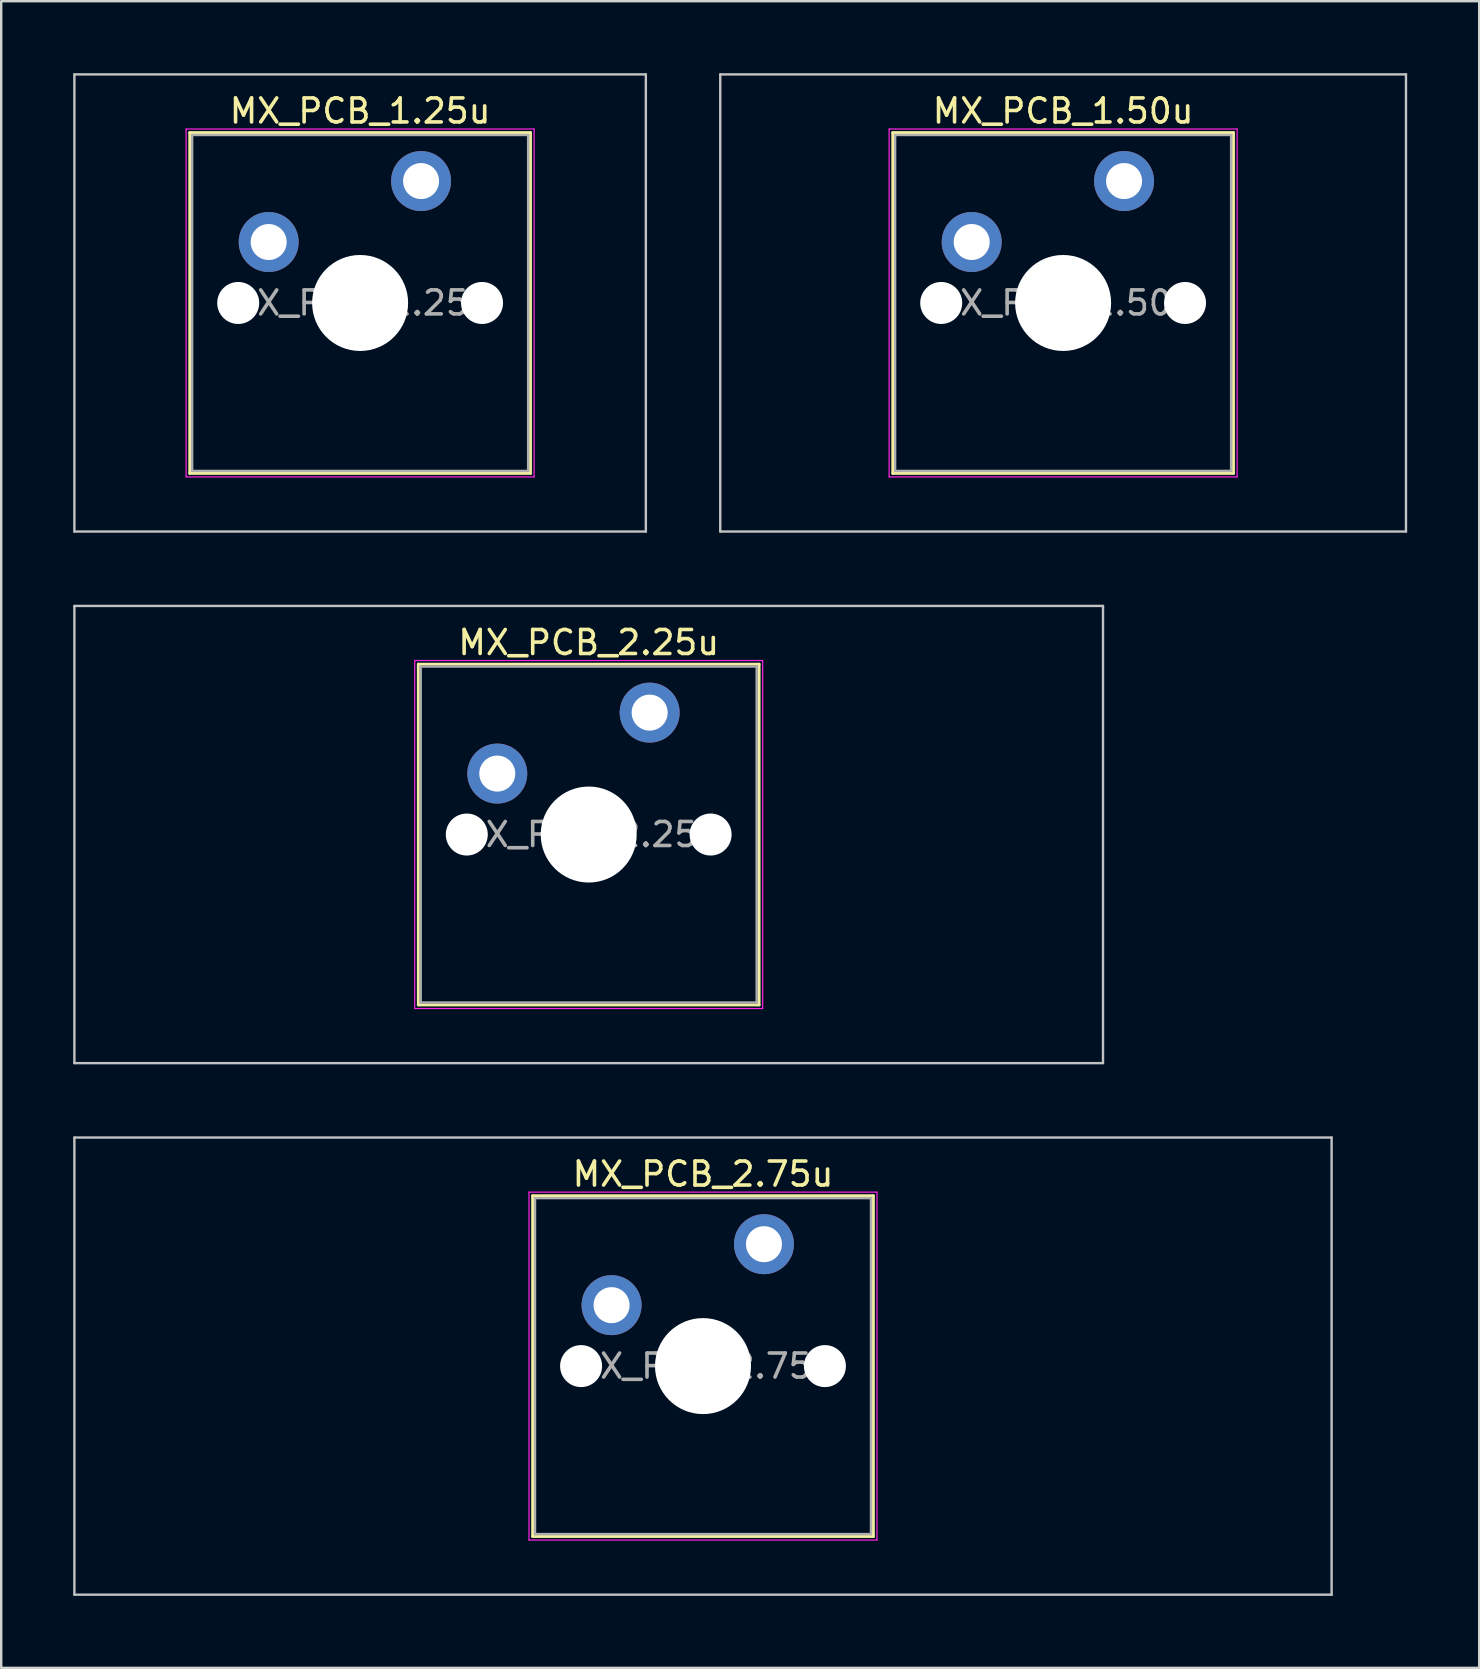
<source format=kicad_pcb>
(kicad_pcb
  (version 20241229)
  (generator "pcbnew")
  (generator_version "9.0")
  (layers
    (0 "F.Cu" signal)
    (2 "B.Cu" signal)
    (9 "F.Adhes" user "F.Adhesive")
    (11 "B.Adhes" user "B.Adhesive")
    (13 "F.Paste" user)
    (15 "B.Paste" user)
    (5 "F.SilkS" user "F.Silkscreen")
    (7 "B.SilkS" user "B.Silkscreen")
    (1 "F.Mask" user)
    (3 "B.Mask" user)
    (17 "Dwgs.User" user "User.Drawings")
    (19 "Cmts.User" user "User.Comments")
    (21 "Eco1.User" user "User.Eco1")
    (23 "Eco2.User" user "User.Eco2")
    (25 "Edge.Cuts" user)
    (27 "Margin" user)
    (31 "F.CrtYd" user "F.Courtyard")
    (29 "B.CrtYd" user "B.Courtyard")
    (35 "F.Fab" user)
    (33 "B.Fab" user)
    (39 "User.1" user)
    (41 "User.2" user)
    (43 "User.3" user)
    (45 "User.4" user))
  (footprint "MX_PCB_1.25u"
    (layer "F.Cu")
    (at 11.956 9.575)
    (property "Reference" "MX_PCB_1.25u" (at 0 -8 0) (layer "F.SilkS") (effects (font (size 1 1) (thickness 0.15))))
    (attr through_hole)
    (fp_line (start -7.1 -7.1) (end -7.1 7.1) (stroke (width 0.12) (type solid)) (layer "F.SilkS"))
    (fp_line (start -7.1 7.1) (end 7.1 7.1) (stroke (width 0.12) (type solid)) (layer "F.SilkS"))
    (fp_line (start 7.1 -7.1) (end -7.1 -7.1) (stroke (width 0.12) (type solid)) (layer "F.SilkS"))
    (fp_line (start 7.1 7.1) (end 7.1 -7.1) (stroke (width 0.12) (type solid)) (layer "F.SilkS"))
    (fp_line (start -11.906 -9.525) (end -11.906 9.525) (stroke (width 0.1) (type solid)) (layer "Dwgs.User"))
    (fp_line (start -11.906 9.525) (end 11.906 9.525) (stroke (width 0.1) (type solid)) (layer "Dwgs.User"))
    (fp_line (start 11.906 -9.525) (end -11.906 -9.525) (stroke (width 0.1) (type solid)) (layer "Dwgs.User"))
    (fp_line (start 11.906 9.525) (end 11.906 -9.525) (stroke (width 0.1) (type solid)) (layer "Dwgs.User"))
    (fp_line (start -7 -7) (end -7 7) (stroke (width 0.1) (type solid)) (layer "Eco1.User"))
    (fp_line (start -7 7) (end 7 7) (stroke (width 0.1) (type solid)) (layer "Eco1.User"))
    (fp_line (start 7 -7) (end -7 -7) (stroke (width 0.1) (type solid)) (layer "Eco1.User"))
    (fp_line (start 7 7) (end 7 -7) (stroke (width 0.1) (type solid)) (layer "Eco1.User"))
    (fp_line (start -7.25 -7.25) (end -7.25 7.25) (stroke (width 0.05) (type solid)) (layer "F.CrtYd"))
    (fp_line (start -7.25 7.25) (end 7.25 7.25) (stroke (width 0.05) (type solid)) (layer "F.CrtYd"))
    (fp_line (start 7.25 -7.25) (end -7.25 -7.25) (stroke (width 0.05) (type solid)) (layer "F.CrtYd"))
    (fp_line (start 7.25 7.25) (end 7.25 -7.25) (stroke (width 0.05) (type solid)) (layer "F.CrtYd"))
    (fp_line (start -7 -7) (end -7 7) (stroke (width 0.1) (type solid)) (layer "F.Fab"))
    (fp_line (start -7 7) (end 7 7) (stroke (width 0.1) (type solid)) (layer "F.Fab"))
    (fp_line (start 7 -7) (end -7 -7) (stroke (width 0.1) (type solid)) (layer "F.Fab"))
    (fp_line (start 7 7) (end 7 -7) (stroke (width 0.1) (type solid)) (layer "F.Fab"))
    (fp_text user "${REFERENCE}" (at 0 0 0) (layer "F.Fab") (effects (font (size 1 1) (thickness 0.15))))
    (pad "" np_thru_hole circle (at -5.08 0) (size 1.75 1.75) (drill 1.75) (layers "*.Cu" "*.Mask"))
    (pad "" np_thru_hole circle (at 0 0) (size 4 4) (drill 4) (layers "*.Cu" "*.Mask"))
    (pad "" np_thru_hole circle (at 5.08 0) (size 1.75 1.75) (drill 1.75) (layers "*.Cu" "*.Mask"))
    (pad "1" thru_hole circle (at -3.81 -2.54) (size 2.5 2.5) (drill 1.5) (layers "*.Cu" "*.Mask"))
    (pad "2" thru_hole circle (at 2.54 -5.08) (size 2.5 2.5) (drill 1.5) (layers "*.Cu" "*.Mask")))
  (footprint "MX_PCB_2.75u"
    (layer "F.Cu")
    (at 26.244 53.875)
    (property "Reference" "MX_PCB_2.75u" (at 0 -8 0) (layer "F.SilkS") (effects (font (size 1 1) (thickness 0.15))))
    (attr through_hole)
    (fp_line (start -7.1 -7.1) (end -7.1 7.1) (stroke (width 0.12) (type solid)) (layer "F.SilkS"))
    (fp_line (start -7.1 7.1) (end 7.1 7.1) (stroke (width 0.12) (type solid)) (layer "F.SilkS"))
    (fp_line (start 7.1 -7.1) (end -7.1 -7.1) (stroke (width 0.12) (type solid)) (layer "F.SilkS"))
    (fp_line (start 7.1 7.1) (end 7.1 -7.1) (stroke (width 0.12) (type solid)) (layer "F.SilkS"))
    (fp_line (start -26.194 -9.525) (end -26.194 9.525) (stroke (width 0.1) (type solid)) (layer "Dwgs.User"))
    (fp_line (start -26.194 9.525) (end 26.194 9.525) (stroke (width 0.1) (type solid)) (layer "Dwgs.User"))
    (fp_line (start 26.194 -9.525) (end -26.194 -9.525) (stroke (width 0.1) (type solid)) (layer "Dwgs.User"))
    (fp_line (start 26.194 9.525) (end 26.194 -9.525) (stroke (width 0.1) (type solid)) (layer "Dwgs.User"))
    (fp_line (start -7 -7) (end -7 7) (stroke (width 0.1) (type solid)) (layer "Eco1.User"))
    (fp_line (start -7 7) (end 7 7) (stroke (width 0.1) (type solid)) (layer "Eco1.User"))
    (fp_line (start 7 -7) (end -7 -7) (stroke (width 0.1) (type solid)) (layer "Eco1.User"))
    (fp_line (start 7 7) (end 7 -7) (stroke (width 0.1) (type solid)) (layer "Eco1.User"))
    (fp_line (start -7.25 -7.25) (end -7.25 7.25) (stroke (width 0.05) (type solid)) (layer "F.CrtYd"))
    (fp_line (start -7.25 7.25) (end 7.25 7.25) (stroke (width 0.05) (type solid)) (layer "F.CrtYd"))
    (fp_line (start 7.25 -7.25) (end -7.25 -7.25) (stroke (width 0.05) (type solid)) (layer "F.CrtYd"))
    (fp_line (start 7.25 7.25) (end 7.25 -7.25) (stroke (width 0.05) (type solid)) (layer "F.CrtYd"))
    (fp_line (start -7 -7) (end -7 7) (stroke (width 0.1) (type solid)) (layer "F.Fab"))
    (fp_line (start -7 7) (end 7 7) (stroke (width 0.1) (type solid)) (layer "F.Fab"))
    (fp_line (start 7 -7) (end -7 -7) (stroke (width 0.1) (type solid)) (layer "F.Fab"))
    (fp_line (start 7 7) (end 7 -7) (stroke (width 0.1) (type solid)) (layer "F.Fab"))
    (fp_text user "${REFERENCE}" (at 0 0 0) (layer "F.Fab") (effects (font (size 1 1) (thickness 0.15))))
    (pad "" np_thru_hole circle (at -5.08 0) (size 1.75 1.75) (drill 1.75) (layers "*.Cu" "*.Mask"))
    (pad "" np_thru_hole circle (at 0 0) (size 4 4) (drill 4) (layers "*.Cu" "*.Mask"))
    (pad "" np_thru_hole circle (at 5.08 0) (size 1.75 1.75) (drill 1.75) (layers "*.Cu" "*.Mask"))
    (pad "1" thru_hole circle (at -3.81 -2.54) (size 2.5 2.5) (drill 1.5) (layers "*.Cu" "*.Mask"))
    (pad "2" thru_hole circle (at 2.54 -5.08) (size 2.5 2.5) (drill 1.5) (layers "*.Cu" "*.Mask")))
  (footprint "MX_PCB_1.50u"
    (layer "F.Cu")
    (at 41.25 9.575)
    (property "Reference" "MX_PCB_1.50u" (at 0 -8 0) (layer "F.SilkS") (effects (font (size 1 1) (thickness 0.15))))
    (attr through_hole)
    (fp_line (start -7.1 -7.1) (end -7.1 7.1) (stroke (width 0.12) (type solid)) (layer "F.SilkS"))
    (fp_line (start -7.1 7.1) (end 7.1 7.1) (stroke (width 0.12) (type solid)) (layer "F.SilkS"))
    (fp_line (start 7.1 -7.1) (end -7.1 -7.1) (stroke (width 0.12) (type solid)) (layer "F.SilkS"))
    (fp_line (start 7.1 7.1) (end 7.1 -7.1) (stroke (width 0.12) (type solid)) (layer "F.SilkS"))
    (fp_line (start -14.287 -9.525) (end -14.287 9.525) (stroke (width 0.1) (type solid)) (layer "Dwgs.User"))
    (fp_line (start -14.287 9.525) (end 14.287 9.525) (stroke (width 0.1) (type solid)) (layer "Dwgs.User"))
    (fp_line (start 14.287 -9.525) (end -14.287 -9.525) (stroke (width 0.1) (type solid)) (layer "Dwgs.User"))
    (fp_line (start 14.287 9.525) (end 14.287 -9.525) (stroke (width 0.1) (type solid)) (layer "Dwgs.User"))
    (fp_line (start -7 -7) (end -7 7) (stroke (width 0.1) (type solid)) (layer "Eco1.User"))
    (fp_line (start -7 7) (end 7 7) (stroke (width 0.1) (type solid)) (layer "Eco1.User"))
    (fp_line (start 7 -7) (end -7 -7) (stroke (width 0.1) (type solid)) (layer "Eco1.User"))
    (fp_line (start 7 7) (end 7 -7) (stroke (width 0.1) (type solid)) (layer "Eco1.User"))
    (fp_line (start -7.25 -7.25) (end -7.25 7.25) (stroke (width 0.05) (type solid)) (layer "F.CrtYd"))
    (fp_line (start -7.25 7.25) (end 7.25 7.25) (stroke (width 0.05) (type solid)) (layer "F.CrtYd"))
    (fp_line (start 7.25 -7.25) (end -7.25 -7.25) (stroke (width 0.05) (type solid)) (layer "F.CrtYd"))
    (fp_line (start 7.25 7.25) (end 7.25 -7.25) (stroke (width 0.05) (type solid)) (layer "F.CrtYd"))
    (fp_line (start -7 -7) (end -7 7) (stroke (width 0.1) (type solid)) (layer "F.Fab"))
    (fp_line (start -7 7) (end 7 7) (stroke (width 0.1) (type solid)) (layer "F.Fab"))
    (fp_line (start 7 -7) (end -7 -7) (stroke (width 0.1) (type solid)) (layer "F.Fab"))
    (fp_line (start 7 7) (end 7 -7) (stroke (width 0.1) (type solid)) (layer "F.Fab"))
    (fp_text user "${REFERENCE}" (at 0 0 0) (layer "F.Fab") (effects (font (size 1 1) (thickness 0.15))))
    (pad "" np_thru_hole circle (at -5.08 0) (size 1.75 1.75) (drill 1.75) (layers "*.Cu" "*.Mask"))
    (pad "" np_thru_hole circle (at 0 0) (size 4 4) (drill 4) (layers "*.Cu" "*.Mask"))
    (pad "" np_thru_hole circle (at 5.08 0) (size 1.75 1.75) (drill 1.75) (layers "*.Cu" "*.Mask"))
    (pad "1" thru_hole circle (at -3.81 -2.54) (size 2.5 2.5) (drill 1.5) (layers "*.Cu" "*.Mask"))
    (pad "2" thru_hole circle (at 2.54 -5.08) (size 2.5 2.5) (drill 1.5) (layers "*.Cu" "*.Mask")))
  (footprint "MX_PCB_2.25u"
    (layer "F.Cu")
    (at 21.481 31.725)
    (property "Reference" "MX_PCB_2.25u" (at 0 -8 0) (layer "F.SilkS") (effects (font (size 1 1) (thickness 0.15))))
    (attr through_hole)
    (fp_line (start -7.1 -7.1) (end -7.1 7.1) (stroke (width 0.12) (type solid)) (layer "F.SilkS"))
    (fp_line (start -7.1 7.1) (end 7.1 7.1) (stroke (width 0.12) (type solid)) (layer "F.SilkS"))
    (fp_line (start 7.1 -7.1) (end -7.1 -7.1) (stroke (width 0.12) (type solid)) (layer "F.SilkS"))
    (fp_line (start 7.1 7.1) (end 7.1 -7.1) (stroke (width 0.12) (type solid)) (layer "F.SilkS"))
    (fp_line (start -21.431 -9.525) (end -21.431 9.525) (stroke (width 0.1) (type solid)) (layer "Dwgs.User"))
    (fp_line (start -21.431 9.525) (end 21.431 9.525) (stroke (width 0.1) (type solid)) (layer "Dwgs.User"))
    (fp_line (start 21.431 -9.525) (end -21.431 -9.525) (stroke (width 0.1) (type solid)) (layer "Dwgs.User"))
    (fp_line (start 21.431 9.525) (end 21.431 -9.525) (stroke (width 0.1) (type solid)) (layer "Dwgs.User"))
    (fp_line (start -7 -7) (end -7 7) (stroke (width 0.1) (type solid)) (layer "Eco1.User"))
    (fp_line (start -7 7) (end 7 7) (stroke (width 0.1) (type solid)) (layer "Eco1.User"))
    (fp_line (start 7 -7) (end -7 -7) (stroke (width 0.1) (type solid)) (layer "Eco1.User"))
    (fp_line (start 7 7) (end 7 -7) (stroke (width 0.1) (type solid)) (layer "Eco1.User"))
    (fp_line (start -7.25 -7.25) (end -7.25 7.25) (stroke (width 0.05) (type solid)) (layer "F.CrtYd"))
    (fp_line (start -7.25 7.25) (end 7.25 7.25) (stroke (width 0.05) (type solid)) (layer "F.CrtYd"))
    (fp_line (start 7.25 -7.25) (end -7.25 -7.25) (stroke (width 0.05) (type solid)) (layer "F.CrtYd"))
    (fp_line (start 7.25 7.25) (end 7.25 -7.25) (stroke (width 0.05) (type solid)) (layer "F.CrtYd"))
    (fp_line (start -7 -7) (end -7 7) (stroke (width 0.1) (type solid)) (layer "F.Fab"))
    (fp_line (start -7 7) (end 7 7) (stroke (width 0.1) (type solid)) (layer "F.Fab"))
    (fp_line (start 7 -7) (end -7 -7) (stroke (width 0.1) (type solid)) (layer "F.Fab"))
    (fp_line (start 7 7) (end 7 -7) (stroke (width 0.1) (type solid)) (layer "F.Fab"))
    (fp_text user "${REFERENCE}" (at 0 0 0) (layer "F.Fab") (effects (font (size 1 1) (thickness 0.15))))
    (pad "" np_thru_hole circle (at -5.08 0) (size 1.75 1.75) (drill 1.75) (layers "*.Cu" "*.Mask"))
    (pad "" np_thru_hole circle (at 0 0) (size 4 4) (drill 4) (layers "*.Cu" "*.Mask"))
    (pad "" np_thru_hole circle (at 5.08 0) (size 1.75 1.75) (drill 1.75) (layers "*.Cu" "*.Mask"))
    (pad "1" thru_hole circle (at -3.81 -2.54) (size 2.5 2.5) (drill 1.5) (layers "*.Cu" "*.Mask"))
    (pad "2" thru_hole circle (at 2.54 -5.08) (size 2.5 2.5) (drill 1.5) (layers "*.Cu" "*.Mask")))
  (gr_rect
    (start -3 -3)
    (end 58.587 66.45)
    (stroke (width 0.1) (type default))
    (fill no)
    (layer "Edge.Cuts")))
</source>
